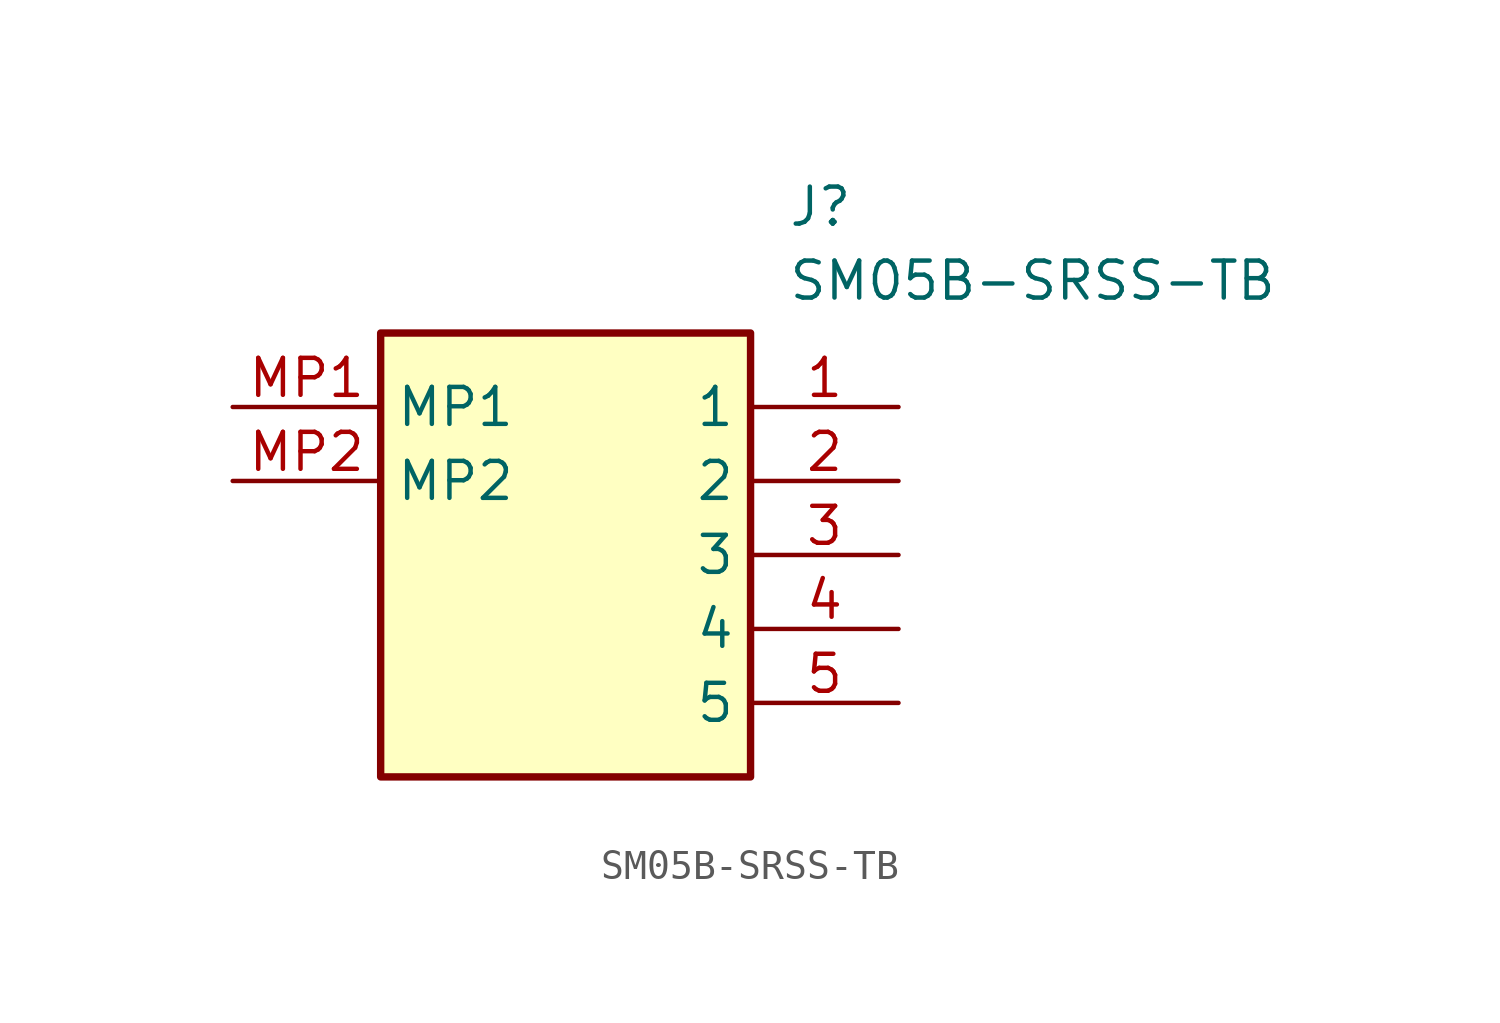
<source format=kicad_sym>
(kicad_symbol_lib
  (version 20241209)
  (generator "kicad_symbol_editor")
  (generator_version "9.0")
  (symbol "SM05B-SRSS-TB"
    (property "Reference" "J"
      (at 19.05 7.62 0)
      (effects (font (size 1.27 1.27)) (justify left top)))
    (property "Value" "SM05B-SRSS-TB"
      (at 19.05 5.08 0)
      (effects (font (size 1.27 1.27)) (justify left top)))
    (symbol "SM05B-SRSS-TB_1_1"
      (rectangle (start 5.08 2.54) (end 17.78 -12.7) (stroke (width 0.254) (type default)) (fill (type background)))
      (pin passive line (at 0 0 0) (length 5.08) (name "MP1" (effects (font (size 1.27 1.27)))) (number "MP1" (effects (font (size 1.27 1.27)))))
      (pin passive line (at 0 -2.54 0) (length 5.08) (name "MP2" (effects (font (size 1.27 1.27)))) (number "MP2" (effects (font (size 1.27 1.27)))))
      (pin passive line (at 22.86 0 180) (length 5.08) (name "1" (effects (font (size 1.27 1.27)))) (number "1" (effects (font (size 1.27 1.27)))))
      (pin passive line (at 22.86 -2.54 180) (length 5.08) (name "2" (effects (font (size 1.27 1.27)))) (number "2" (effects (font (size 1.27 1.27)))))
      (pin passive line (at 22.86 -5.08 180) (length 5.08) (name "3" (effects (font (size 1.27 1.27)))) (number "3" (effects (font (size 1.27 1.27)))))
      (pin passive line (at 22.86 -7.62 180) (length 5.08) (name "4" (effects (font (size 1.27 1.27)))) (number "4" (effects (font (size 1.27 1.27)))))
      (pin passive line (at 22.86 -10.16 180) (length 5.08) (name "5" (effects (font (size 1.27 1.27)))) (number "5" (effects (font (size 1.27 1.27))))))))
</source>
